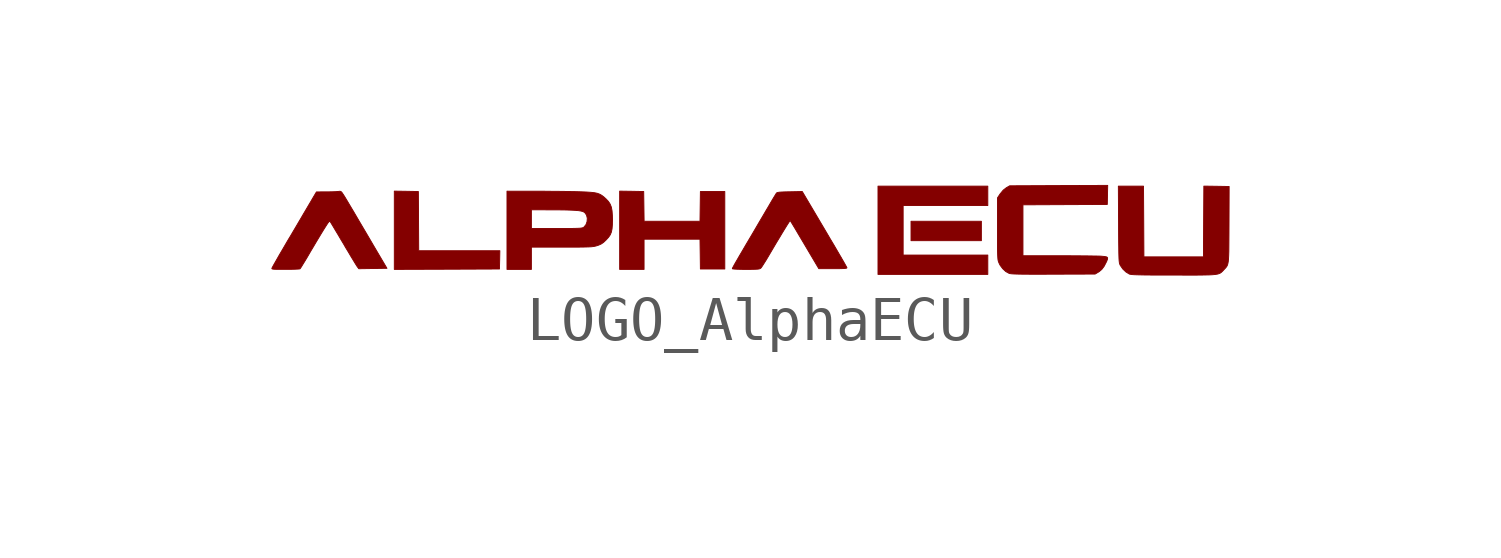
<source format=kicad_sym>
(kicad_symbol_lib
  (version 20220914)
  (generator kicad_symbol_editor)
  (symbol "LOGO_AlphaECU"
    (pin_names
      (offset 1.016))
    (property "Reference" "#G"
      (at 0 0.994 0)
      (effects (font (size 1.27 1.27)) hide))
    (symbol "LOGO_AlphaECU_0_0"
      (polyline (pts (xy 5.149 0.163) (xy 3.552 0.163) (xy 3.552 -0.277) (xy 5.149 -0.277) (xy 5.149 0.163)) (stroke (width 0.01) (type default)) (fill (type outline)))
      (polyline (pts (xy 5.295 -0.603) (xy 3.373 -0.603) (xy 3.373 0.521) (xy 5.295 0.521) (xy 5.295 0.961) (xy 2.802 0.961) (xy 2.802 -1.043) (xy 5.295 -1.043) (xy 5.295 -0.603)) (stroke (width 0.01) (type default)) (fill (type outline)))
      (polyline (pts (xy -6.985 -0.925) (xy -5.792 -0.92) (xy -5.787 -0.713) (xy -5.783 -0.505) (xy -7.625 -0.505) (xy -7.629 0.167) (xy -7.633 0.839) (xy -7.906 0.844) (xy -8.179 0.848) (xy -8.179 -0.929) (xy -6.985 -0.925)) (stroke (width 0.01) (type default)) (fill (type outline)))
      (polyline (pts (xy -2.509 -0.244) (xy -1.239 -0.244) (xy -1.234 -0.583) (xy -1.23 -0.92) (xy -0.676 -0.92) (xy -0.676 0.839) (xy -1.23 0.839) (xy -1.239 0.163) (xy -2.508 0.163) (xy -2.517 0.839) (xy -2.79 0.844) (xy -3.063 0.848) (xy -3.063 -0.929) (xy -2.509 -0.929) (xy -2.509 -0.244)) (stroke (width 0.01) (type default)) (fill (type outline)))
      (polyline (pts (xy 6.58 -1.039) (xy 6.786 -1.038) (xy 7.731 -1.035) (xy 7.807 -0.99) (xy 7.825 -0.979) (xy 7.885 -0.927) (xy 7.937 -0.857) (xy 7.987 -0.76) (xy 7.993 -0.748) (xy 8.012 -0.698) (xy 8.015 -0.666) (xy 7.997 -0.647) (xy 7.953 -0.637) (xy 7.881 -0.63) (xy 7.878 -0.629) (xy 7.831 -0.627) (xy 7.756 -0.625) (xy 7.656 -0.624) (xy 7.536 -0.622) (xy 7.398 -0.621) (xy 7.247 -0.62) (xy 7.087 -0.619) (xy 6.92 -0.619) (xy 6.093 -0.619) (xy 6.093 0.537) (xy 8.008 0.546) (xy 8.012 0.762) (xy 8.017 0.978) (xy 6.904 0.974) (xy 5.792 0.969) (xy 5.714 0.924) (xy 5.645 0.87) (xy 5.576 0.787) (xy 5.515 0.695) (xy 5.515 -0.223) (xy 5.515 -0.355) (xy 5.516 -0.461) (xy 5.517 -0.546) (xy 5.519 -0.611) (xy 5.522 -0.662) (xy 5.525 -0.7) (xy 5.53 -0.728) (xy 5.536 -0.751) (xy 5.544 -0.771) (xy 5.553 -0.792) (xy 5.573 -0.832) (xy 5.632 -0.912) (xy 5.703 -0.978) (xy 5.778 -1.019) (xy 5.785 -1.021) (xy 5.809 -1.026) (xy 5.842 -1.03) (xy 5.889 -1.033) (xy 5.951 -1.035) (xy 6.031 -1.037) (xy 6.131 -1.038) (xy 6.255 -1.039) (xy 6.403 -1.039) (xy 6.58 -1.039)) (stroke (width 0.01) (type default)) (fill (type outline)))
      (polyline (pts (xy 10.118 -1.058) (xy 10.232 -1.056) (xy 10.325 -1.054) (xy 10.4 -1.05) (xy 10.459 -1.044) (xy 10.505 -1.037) (xy 10.541 -1.027) (xy 10.569 -1.015) (xy 10.592 -1) (xy 10.613 -0.981) (xy 10.634 -0.96) (xy 10.658 -0.934) (xy 10.672 -0.919) (xy 10.693 -0.897) (xy 10.711 -0.875) (xy 10.726 -0.852) (xy 10.738 -0.825) (xy 10.747 -0.79) (xy 10.755 -0.745) (xy 10.76 -0.686) (xy 10.764 -0.613) (xy 10.767 -0.52) (xy 10.768 -0.406) (xy 10.769 -0.269) (xy 10.77 -0.104) (xy 10.771 0.091) (xy 10.774 0.953) (xy 10.487 0.958) (xy 10.2 0.962) (xy 10.195 0.159) (xy 10.191 -0.644) (xy 8.839 -0.644) (xy 8.835 0.159) (xy 8.83 0.961) (xy 8.259 0.961) (xy 8.264 0.094) (xy 8.264 0.008) (xy 8.265 -0.169) (xy 8.266 -0.318) (xy 8.268 -0.44) (xy 8.269 -0.54) (xy 8.271 -0.619) (xy 8.273 -0.681) (xy 8.276 -0.728) (xy 8.28 -0.763) (xy 8.284 -0.789) (xy 8.29 -0.808) (xy 8.296 -0.824) (xy 8.304 -0.839) (xy 8.359 -0.919) (xy 8.43 -0.987) (xy 8.505 -1.033) (xy 8.506 -1.034) (xy 8.523 -1.039) (xy 8.547 -1.043) (xy 8.582 -1.047) (xy 8.628 -1.05) (xy 8.691 -1.052) (xy 8.77 -1.054) (xy 8.87 -1.056) (xy 8.992 -1.057) (xy 9.139 -1.058) (xy 9.315 -1.058) (xy 9.52 -1.058) (xy 9.627 -1.058) (xy 9.818 -1.059) (xy 9.981 -1.059) (xy 10.118 -1.058)) (stroke (width 0.01) (type default)) (fill (type outline)))
      (polyline (pts (xy -5.067 -0.424) (xy -4.266 -0.424) (xy -4.116 -0.423) (xy -3.993 -0.423) (xy -3.893 -0.422) (xy -3.814 -0.42) (xy -3.751 -0.418) (xy -3.703 -0.415) (xy -3.664 -0.41) (xy -3.632 -0.405) (xy -3.603 -0.398) (xy -3.575 -0.39) (xy -3.537 -0.377) (xy -3.48 -0.351) (xy -3.429 -0.316) (xy -3.373 -0.263) (xy -3.366 -0.256) (xy -3.314 -0.199) (xy -3.276 -0.143) (xy -3.251 -0.082) (xy -3.236 -0.01) (xy -3.228 0.082) (xy -3.226 0.199) (xy -3.228 0.297) (xy -3.236 0.402) (xy -3.252 0.486) (xy -3.279 0.554) (xy -3.318 0.614) (xy -3.371 0.67) (xy -3.373 0.672) (xy -3.424 0.718) (xy -3.471 0.753) (xy -3.518 0.779) (xy -3.571 0.799) (xy -3.635 0.812) (xy -3.717 0.821) (xy -3.82 0.828) (xy -3.951 0.833) (xy -4.045 0.836) (xy -4.167 0.838) (xy -4.309 0.841) (xy -4.465 0.843) (xy -4.63 0.844) (xy -4.796 0.846) (xy -4.957 0.846) (xy -5.621 0.847) (xy -5.621 0.424) (xy -5.067 0.424) (xy -4.615 0.423) (xy -4.595 0.422) (xy -4.423 0.422) (xy -4.28 0.42) (xy -4.163 0.416) (xy -4.07 0.411) (xy -3.998 0.405) (xy -3.942 0.396) (xy -3.901 0.385) (xy -3.871 0.371) (xy -3.85 0.354) (xy -3.815 0.303) (xy -3.798 0.232) (xy -3.803 0.157) (xy -3.828 0.087) (xy -3.874 0.032) (xy -3.883 0.025) (xy -3.897 0.018) (xy -3.917 0.013) (xy -3.945 0.008) (xy -3.986 0.005) (xy -4.042 0.003) (xy -4.117 0.001) (xy -4.215 0.0004) (xy -4.338 0.0001) (xy -4.491 0) (xy -5.067 0) (xy -5.067 0.424) (xy -5.621 0.424) (xy -5.621 -0.929) (xy -5.067 -0.929) (xy -5.067 -0.424)) (stroke (width 0.01) (type default)) (fill (type outline)))
      (polyline (pts (xy -0.14 -0.929) (xy -0.045 -0.928) (xy 0.025 -0.926) (xy 0.074 -0.923) (xy 0.106 -0.918) (xy 0.128 -0.91) (xy 0.142 -0.9) (xy 0.152 -0.889) (xy 0.178 -0.851) (xy 0.216 -0.791) (xy 0.264 -0.715) (xy 0.317 -0.626) (xy 0.374 -0.529) (xy 0.429 -0.436) (xy 0.498 -0.319) (xy 0.566 -0.207) (xy 0.628 -0.103) (xy 0.685 -0.01) (xy 0.733 0.068) (xy 0.771 0.127) (xy 0.796 0.166) (xy 0.807 0.179) (xy 0.809 0.177) (xy 0.824 0.155) (xy 0.851 0.111) (xy 0.887 0.051) (xy 0.93 -0.02) (xy 0.945 -0.046) (xy 0.994 -0.129) (xy 1.054 -0.23) (xy 1.12 -0.341) (xy 1.188 -0.456) (xy 1.253 -0.566) (xy 1.458 -0.912) (xy 1.782 -0.912) (xy 1.827 -0.912) (xy 1.928 -0.912) (xy 2.001 -0.91) (xy 2.051 -0.907) (xy 2.081 -0.903) (xy 2.095 -0.897) (xy 2.096 -0.889) (xy 2.095 -0.886) (xy 2.08 -0.858) (xy 2.053 -0.81) (xy 2.017 -0.746) (xy 1.975 -0.674) (xy 1.973 -0.669) (xy 1.946 -0.624) (xy 1.919 -0.578) (xy 1.89 -0.528) (xy 1.857 -0.471) (xy 1.819 -0.406) (xy 1.774 -0.33) (xy 1.72 -0.24) (xy 1.658 -0.134) (xy 1.585 -0.01) (xy 1.499 0.135) (xy 1.4 0.303) (xy 1.285 0.497) (xy 1.083 0.839) (xy 0.799 0.833) (xy 0.696 0.831) (xy 0.618 0.828) (xy 0.563 0.824) (xy 0.528 0.818) (xy 0.506 0.811) (xy 0.495 0.801) (xy 0.482 0.781) (xy 0.456 0.738) (xy 0.417 0.674) (xy 0.369 0.593) (xy 0.315 0.5) (xy 0.255 0.399) (xy 0.216 0.332) (xy 0.146 0.213) (xy 0.076 0.094) (xy 0.01 -0.019) (xy -0.048 -0.118) (xy -0.094 -0.196) (xy -0.102 -0.209) (xy -0.196 -0.368) (xy -0.274 -0.502) (xy -0.339 -0.612) (xy -0.39 -0.701) (xy -0.431 -0.771) (xy -0.461 -0.824) (xy -0.482 -0.863) (xy -0.496 -0.889) (xy -0.503 -0.904) (xy -0.505 -0.912) (xy -0.501 -0.916) (xy -0.468 -0.921) (xy -0.406 -0.925) (xy -0.315 -0.928) (xy -0.197 -0.929) (xy -0.14 -0.929)) (stroke (width 0.01) (type default)) (fill (type outline)))
      (polyline (pts (xy -10.547 -0.928) (xy -10.46 -0.926) (xy -10.39 -0.923) (xy -10.341 -0.92) (xy -10.32 -0.916) (xy -10.313 -0.907) (xy -10.29 -0.873) (xy -10.256 -0.817) (xy -10.211 -0.744) (xy -10.159 -0.658) (xy -10.103 -0.562) (xy -10.082 -0.525) (xy -10.015 -0.413) (xy -9.947 -0.298) (xy -9.882 -0.19) (xy -9.824 -0.094) (xy -9.778 -0.019) (xy -9.757 0.014) (xy -9.714 0.082) (xy -9.684 0.127) (xy -9.664 0.152) (xy -9.65 0.162) (xy -9.639 0.158) (xy -9.629 0.145) (xy -9.621 0.134) (xy -9.598 0.095) (xy -9.561 0.034) (xy -9.514 -0.046) (xy -9.457 -0.14) (xy -9.395 -0.246) (xy -9.327 -0.359) (xy -9.284 -0.434) (xy -9.218 -0.543) (xy -9.159 -0.643) (xy -9.106 -0.73) (xy -9.064 -0.799) (xy -9.034 -0.847) (xy -9.018 -0.871) (xy -8.985 -0.914) (xy -8.666 -0.909) (xy -8.346 -0.904) (xy -8.591 -0.489) (xy -8.641 -0.404) (xy -8.724 -0.262) (xy -8.812 -0.112) (xy -8.9 0.037) (xy -8.982 0.176) (xy -9.052 0.296) (xy -9.1 0.378) (xy -9.161 0.48) (xy -9.217 0.574) (xy -9.265 0.655) (xy -9.303 0.718) (xy -9.328 0.758) (xy -9.342 0.779) (xy -9.37 0.82) (xy -9.392 0.84) (xy -9.415 0.845) (xy -9.447 0.841) (xy -9.451 0.841) (xy -9.493 0.837) (xy -9.559 0.834) (xy -9.639 0.832) (xy -9.727 0.831) (xy -9.947 0.83) (xy -10.036 0.68) (xy -10.068 0.624) (xy -10.107 0.559) (xy -10.147 0.491) (xy -10.191 0.416) (xy -10.242 0.33) (xy -10.303 0.225) (xy -10.378 0.098) (xy -10.385 0.086) (xy -10.435 0.001) (xy -10.486 -0.085) (xy -10.531 -0.162) (xy -10.566 -0.22) (xy -10.572 -0.229) (xy -10.622 -0.314) (xy -10.676 -0.407) (xy -10.732 -0.503) (xy -10.788 -0.598) (xy -10.839 -0.688) (xy -10.884 -0.767) (xy -10.921 -0.832) (xy -10.946 -0.878) (xy -10.957 -0.9) (xy -10.958 -0.901) (xy -10.959 -0.911) (xy -10.952 -0.918) (xy -10.933 -0.923) (xy -10.898 -0.926) (xy -10.842 -0.928) (xy -10.762 -0.928) (xy -10.653 -0.928) (xy -10.645 -0.928) (xy -10.547 -0.928)) (stroke (width 0.01) (type default)) (fill (type outline))))))
</source>
